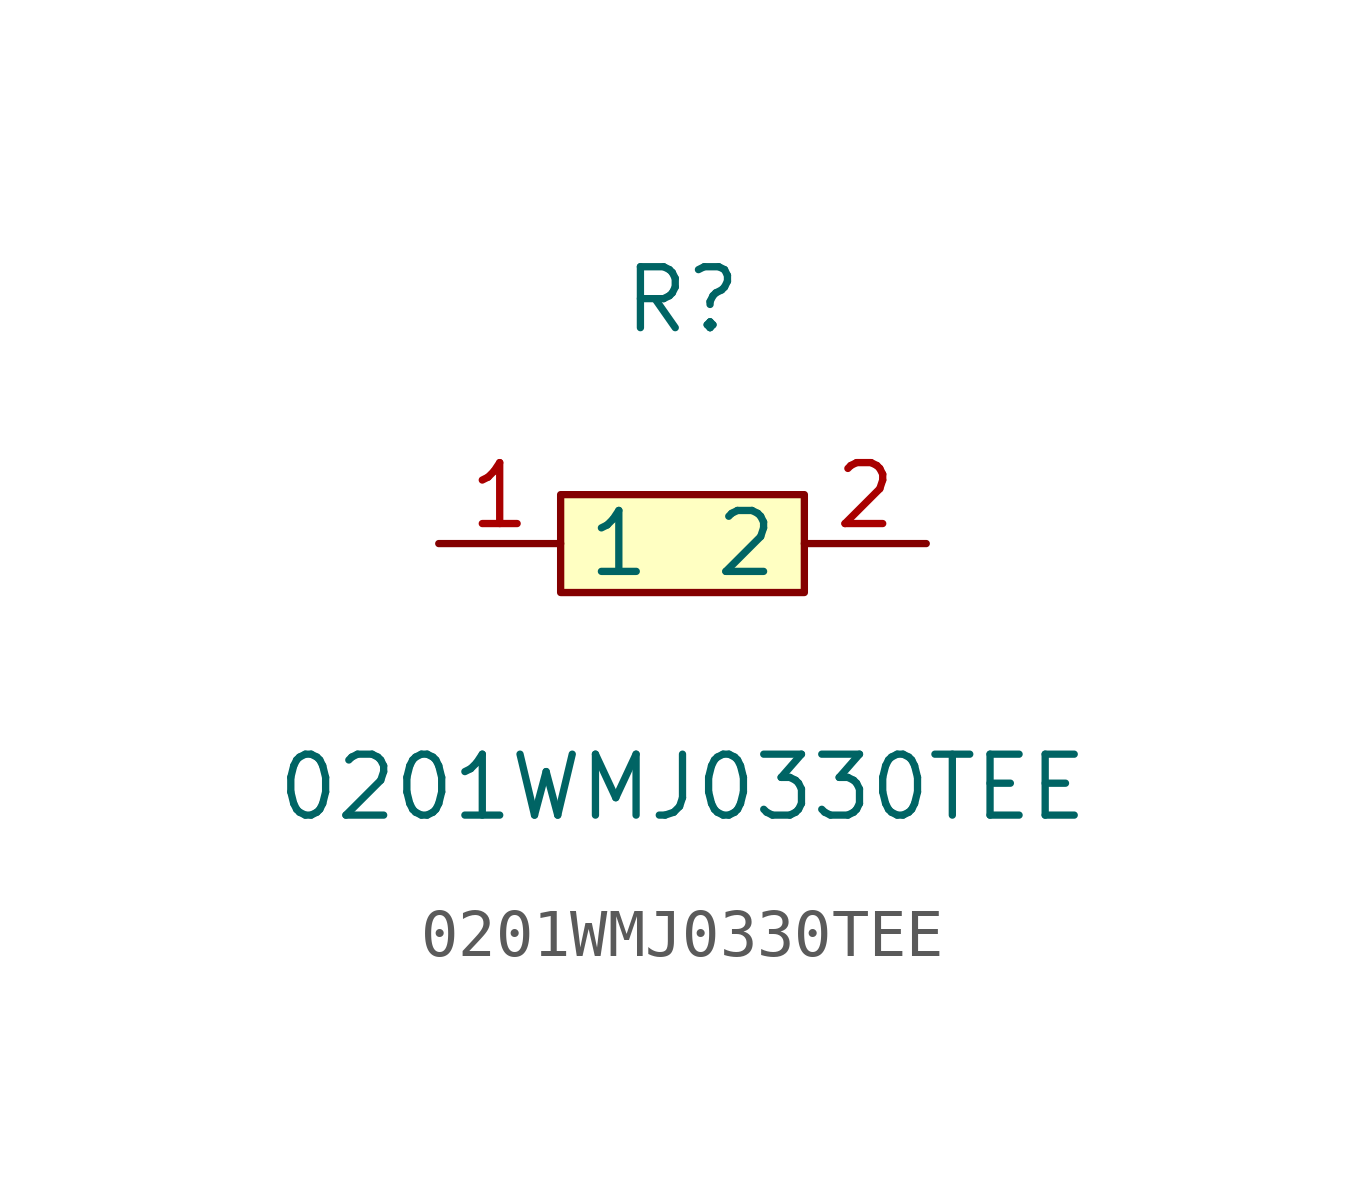
<source format=kicad_sym>
(kicad_symbol_lib
  (version 1)
  (generator "faebryk")
  (symbol "0201WMJ0330TEE"
    (property "Reference" "R"
      (at 0 5.08 0)
      (effects (font (size 1.27 1.27)) (hide no)))
    (property "Value" "0201WMJ0330TEE"
      (at 0 -5.08 0)
      (effects (font (size 1.27 1.27)) (hide no)))
    (symbol "0201WMJ0330TEE_0_1"
      (rectangle (start -2.54 1.02) (end 2.54 -1.02) (stroke (width 0) (type default) (color 0 0 0 0)) (fill (type background)))
      (pin unspecified line (at -5.08 0 0) (length 2.54) (name "1" (effects (font (size 1.27 1.27)) (hide no))) (number "1" (effects (font (size 1.27 1.27)) (hide no))))
      (pin unspecified line (at 5.08 0 180) (length 2.54) (name "2" (effects (font (size 1.27 1.27)) (hide no))) (number "2" (effects (font (size 1.27 1.27)) (hide no)))))))
</source>
